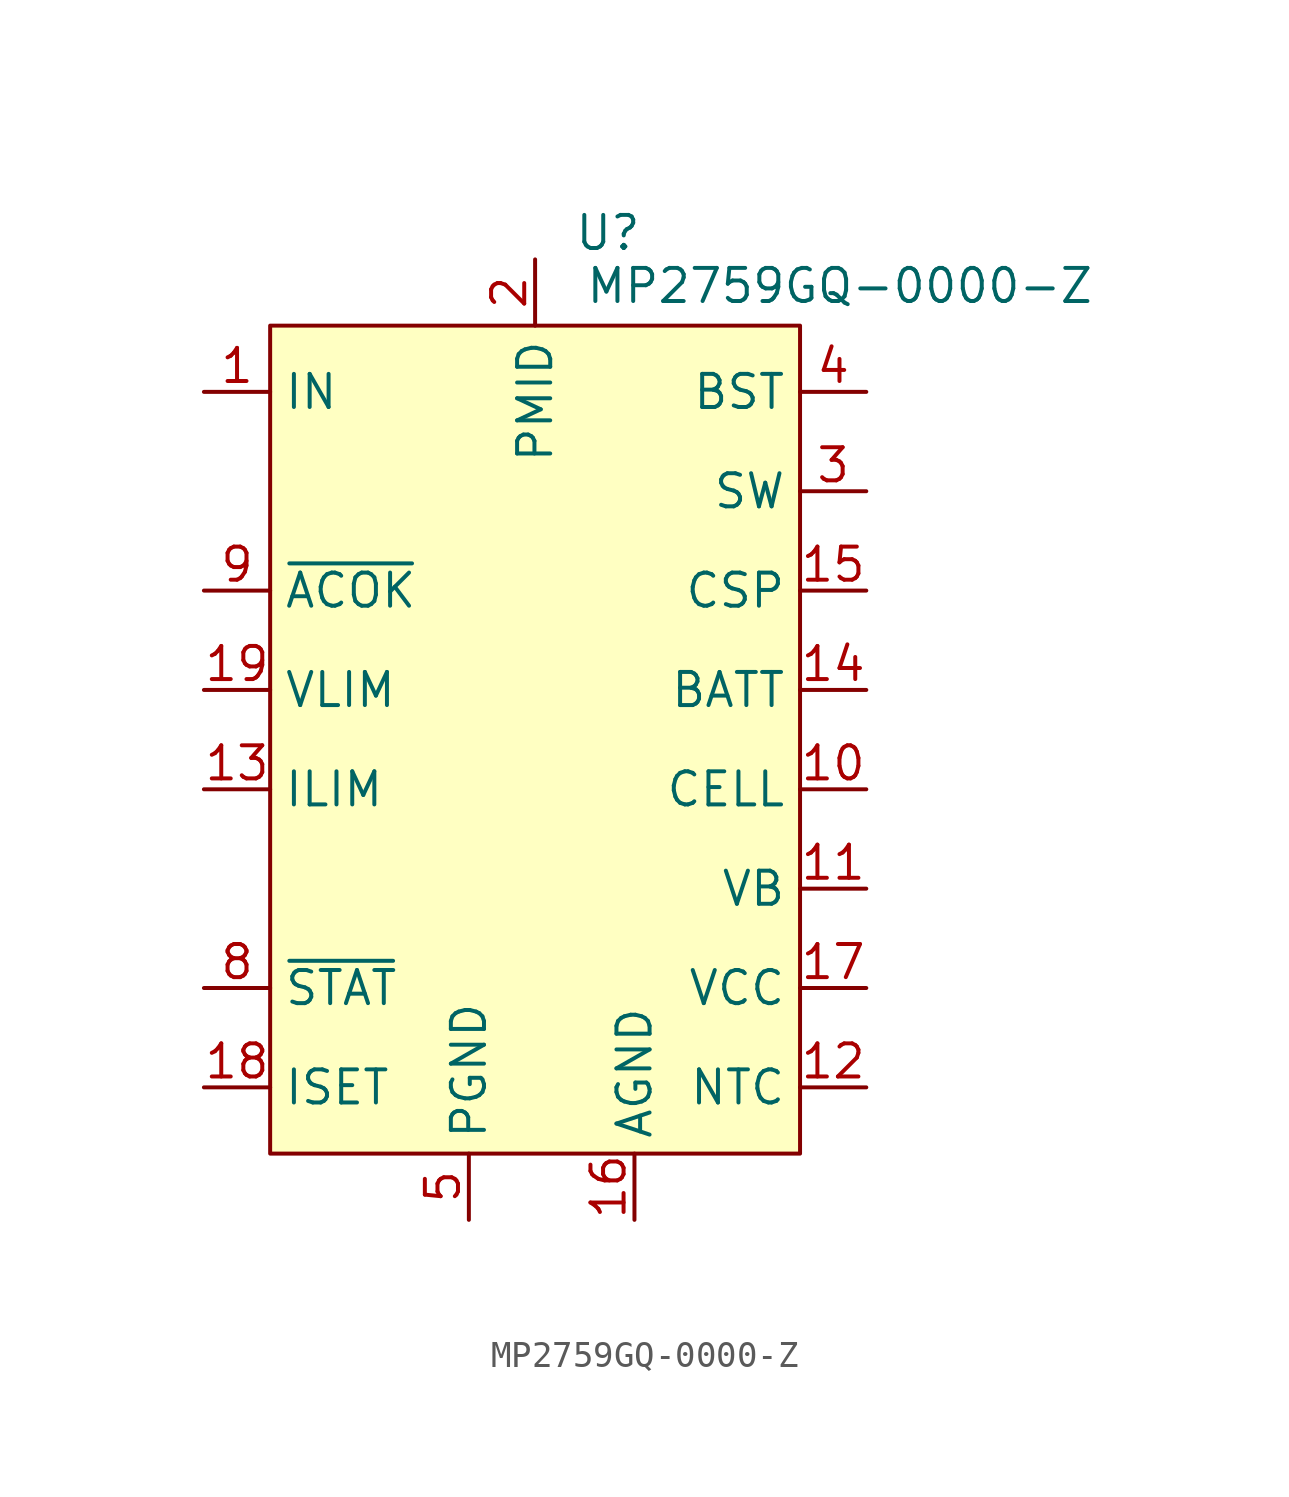
<source format=kicad_sym>
(kicad_symbol_lib
  (version 20231120)
  (generator "kicad_symbol_editor")
  (generator_version "8.0")
  (symbol "MP2759GQ-0000-Z"
    (property "Reference" "U"
      (at 15.494 6.096 0)
      (effects (font (size 1.27 1.27))))
    (property "Value" ""
      (at 23.876 5.842 0)
      (effects (font (size 1.27 1.27))))
    (property "MPN" "MP2759GQ-0000-Z"
      (at 24.384 4.064 0)
      (effects (font (size 1.27 1.27) (color 0 100 100 1))))
    (symbol "MP2759GQ-0000-Z_1_1"
      (rectangle (start 2.54 2.54) (end 22.86 -29.21) (stroke (width 0) (type default)) (fill (type background)))
      (pin passive line (at 0 0 0) (length 2.54) (name "IN" (effects (font (size 1.27 1.27)))) (number "1" (effects (font (size 1.27 1.27)))))
      (pin passive line (at 25.4 -15.24 180) (length 2.54) (name "CELL" (effects (font (size 1.27 1.27)))) (number "10" (effects (font (size 1.27 1.27)))))
      (pin passive line (at 25.4 -19.05 180) (length 2.54) (name "VB" (effects (font (size 1.27 1.27)))) (number "11" (effects (font (size 1.27 1.27)))))
      (pin passive line (at 25.4 -26.67 180) (length 2.54) (name "NTC" (effects (font (size 1.27 1.27)))) (number "12" (effects (font (size 1.27 1.27)))))
      (pin passive line (at 0 -15.24 0) (length 2.54) (name "ILIM" (effects (font (size 1.27 1.27)))) (number "13" (effects (font (size 1.27 1.27)))))
      (pin passive line (at 25.4 -11.43 180) (length 2.54) (name "BATT" (effects (font (size 1.27 1.27)))) (number "14" (effects (font (size 1.27 1.27)))))
      (pin passive line (at 25.4 -7.62 180) (length 2.54) (name "CSP" (effects (font (size 1.27 1.27)))) (number "15" (effects (font (size 1.27 1.27)))))
      (pin passive line (at 16.51 -31.75 90) (length 2.54) (name "AGND" (effects (font (size 1.27 1.27)))) (number "16" (effects (font (size 1.27 1.27)))))
      (pin passive line (at 25.4 -22.86 180) (length 2.54) (name "VCC" (effects (font (size 1.27 1.27)))) (number "17" (effects (font (size 1.27 1.27)))))
      (pin passive line (at 0 -26.67 0) (length 2.54) (name "ISET" (effects (font (size 1.27 1.27)))) (number "18" (effects (font (size 1.27 1.27)))))
      (pin passive line (at 0 -11.43 0) (length 2.54) (name "VLIM" (effects (font (size 1.27 1.27)))) (number "19" (effects (font (size 1.27 1.27)))))
      (pin passive line (at 12.7 5.08 270) (length 2.54) (name "PMID" (effects (font (size 1.27 1.27)))) (number "2" (effects (font (size 1.27 1.27)))))
      (pin passive line (at 25.4 -3.81 180) (length 2.54) (name "SW" (effects (font (size 1.27 1.27)))) (number "3" (effects (font (size 1.27 1.27)))))
      (pin passive line (at 25.4 0 180) (length 2.54) (name "BST" (effects (font (size 1.27 1.27)))) (number "4" (effects (font (size 1.27 1.27)))))
      (pin passive line (at 10.16 -31.75 90) (length 2.54) (name "PGND" (effects (font (size 1.27 1.27)))) (number "5" (effects (font (size 1.27 1.27)))))
      (pin passive line (at 10.16 -31.75 90) (length 2.54) hide (name "PGND" (effects (font (size 1.27 1.27)))) (number "6" (effects (font (size 1.27 1.27)))))
      (pin passive line (at 10.16 -31.75 90) (length 2.54) hide (name "PGND" (effects (font (size 1.27 1.27)))) (number "7" (effects (font (size 1.27 1.27)))))
      (pin passive line (at 0 -22.86 0) (length 2.54) (name "~{STAT}" (effects (font (size 1.27 1.27)))) (number "8" (effects (font (size 1.27 1.27)))))
      (pin passive line (at 0 -7.62 0) (length 2.54) (name "~{ACOK}" (effects (font (size 1.27 1.27)))) (number "9" (effects (font (size 1.27 1.27))))))))
</source>
